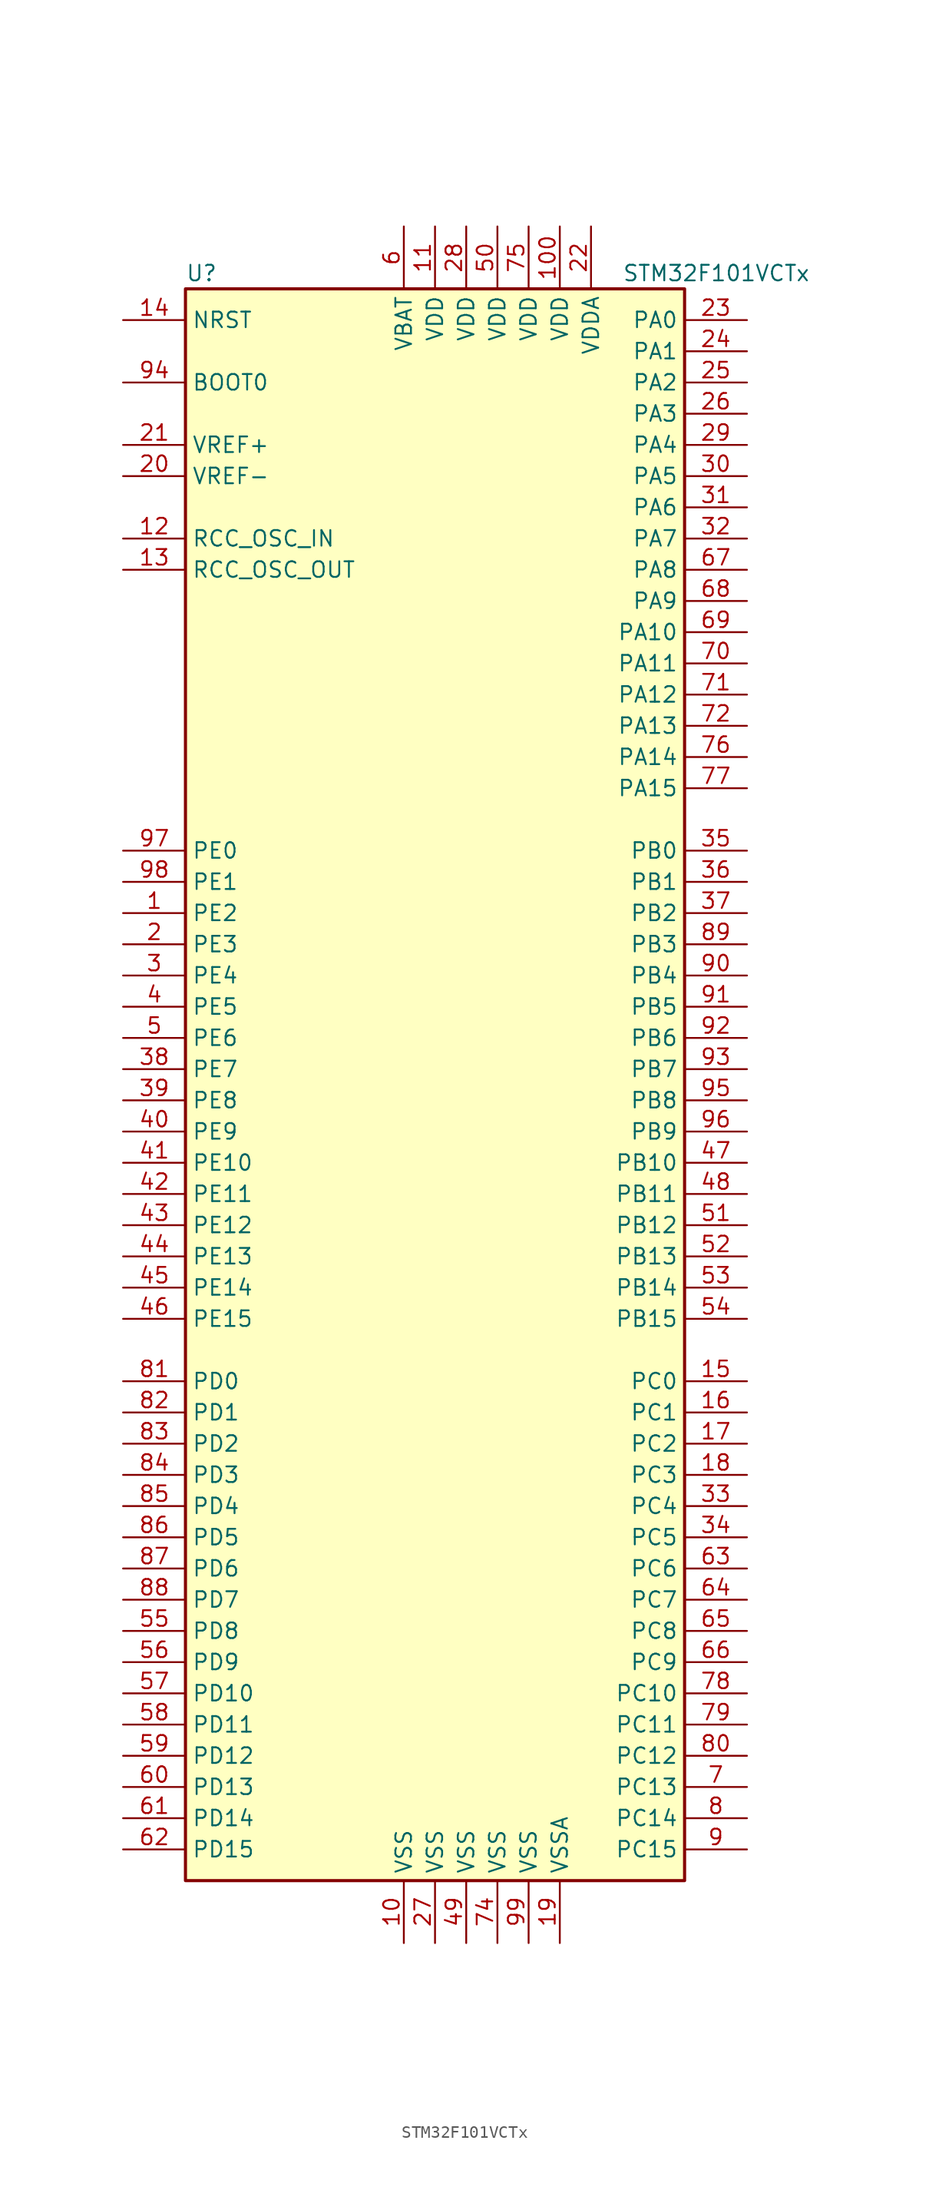
<source format=kicad_sym>
(kicad_symbol_lib
  (version 20200908)
  (generator kicad_symbol_editor)
  (symbol "MCU_ST_STM32F1:STM32F101VCTx"
    (property "Reference" "U"
      (at -20.32 64.77 0)
      (effects (font (size 1.27 1.27)) (justify left)))
    (property "Value" "STM32F101VCTx"
      (at 15.24 64.77 0)
      (effects (font (size 1.27 1.27)) (justify left)))
    (symbol "STM32F101VCTx_0_1"
      (rectangle (start -20.32 -66.04) (end 20.32 63.5) (stroke (width 0.254)) (fill (type background))))
    (symbol "STM32F101VCTx_1_1"
      (pin input line (at -25.4 55.88 0) (length 5.08) (name "BOOT0" (effects (font (size 1.27 1.27)))) (number "94" (effects (font (size 1.27 1.27)))))
      (pin unconnected line (at -20.32 -63.5 0) (length 5.08) hide (name "NC" (effects (font (size 1.27 1.27)))) (number "73" (effects (font (size 1.27 1.27)))))
      (pin input line (at -25.4 60.96 0) (length 5.08) (name "NRST" (effects (font (size 1.27 1.27)))) (number "14" (effects (font (size 1.27 1.27)))))
      (pin bidirectional line (at 25.4 60.96 180) (length 5.08) (name "PA0" (effects (font (size 1.27 1.27)))) (number "23" (effects (font (size 1.27 1.27)))))
      (pin bidirectional line (at 25.4 58.42 180) (length 5.08) (name "PA1" (effects (font (size 1.27 1.27)))) (number "24" (effects (font (size 1.27 1.27)))))
      (pin bidirectional line (at 25.4 35.56 180) (length 5.08) (name "PA10" (effects (font (size 1.27 1.27)))) (number "69" (effects (font (size 1.27 1.27)))))
      (pin bidirectional line (at 25.4 33.02 180) (length 5.08) (name "PA11" (effects (font (size 1.27 1.27)))) (number "70" (effects (font (size 1.27 1.27)))))
      (pin bidirectional line (at 25.4 30.48 180) (length 5.08) (name "PA12" (effects (font (size 1.27 1.27)))) (number "71" (effects (font (size 1.27 1.27)))))
      (pin bidirectional line (at 25.4 27.94 180) (length 5.08) (name "PA13" (effects (font (size 1.27 1.27)))) (number "72" (effects (font (size 1.27 1.27)))))
      (pin bidirectional line (at 25.4 25.4 180) (length 5.08) (name "PA14" (effects (font (size 1.27 1.27)))) (number "76" (effects (font (size 1.27 1.27)))))
      (pin bidirectional line (at 25.4 22.86 180) (length 5.08) (name "PA15" (effects (font (size 1.27 1.27)))) (number "77" (effects (font (size 1.27 1.27)))))
      (pin bidirectional line (at 25.4 55.88 180) (length 5.08) (name "PA2" (effects (font (size 1.27 1.27)))) (number "25" (effects (font (size 1.27 1.27)))))
      (pin bidirectional line (at 25.4 53.34 180) (length 5.08) (name "PA3" (effects (font (size 1.27 1.27)))) (number "26" (effects (font (size 1.27 1.27)))))
      (pin bidirectional line (at 25.4 50.8 180) (length 5.08) (name "PA4" (effects (font (size 1.27 1.27)))) (number "29" (effects (font (size 1.27 1.27)))))
      (pin bidirectional line (at 25.4 48.26 180) (length 5.08) (name "PA5" (effects (font (size 1.27 1.27)))) (number "30" (effects (font (size 1.27 1.27)))))
      (pin bidirectional line (at 25.4 45.72 180) (length 5.08) (name "PA6" (effects (font (size 1.27 1.27)))) (number "31" (effects (font (size 1.27 1.27)))))
      (pin bidirectional line (at 25.4 43.18 180) (length 5.08) (name "PA7" (effects (font (size 1.27 1.27)))) (number "32" (effects (font (size 1.27 1.27)))))
      (pin bidirectional line (at 25.4 40.64 180) (length 5.08) (name "PA8" (effects (font (size 1.27 1.27)))) (number "67" (effects (font (size 1.27 1.27)))))
      (pin bidirectional line (at 25.4 38.1 180) (length 5.08) (name "PA9" (effects (font (size 1.27 1.27)))) (number "68" (effects (font (size 1.27 1.27)))))
      (pin bidirectional line (at 25.4 17.78 180) (length 5.08) (name "PB0" (effects (font (size 1.27 1.27)))) (number "35" (effects (font (size 1.27 1.27)))))
      (pin bidirectional line (at 25.4 15.24 180) (length 5.08) (name "PB1" (effects (font (size 1.27 1.27)))) (number "36" (effects (font (size 1.27 1.27)))))
      (pin bidirectional line (at 25.4 -7.62 180) (length 5.08) (name "PB10" (effects (font (size 1.27 1.27)))) (number "47" (effects (font (size 1.27 1.27)))))
      (pin bidirectional line (at 25.4 -10.16 180) (length 5.08) (name "PB11" (effects (font (size 1.27 1.27)))) (number "48" (effects (font (size 1.27 1.27)))))
      (pin bidirectional line (at 25.4 -12.7 180) (length 5.08) (name "PB12" (effects (font (size 1.27 1.27)))) (number "51" (effects (font (size 1.27 1.27)))))
      (pin bidirectional line (at 25.4 -15.24 180) (length 5.08) (name "PB13" (effects (font (size 1.27 1.27)))) (number "52" (effects (font (size 1.27 1.27)))))
      (pin bidirectional line (at 25.4 -17.78 180) (length 5.08) (name "PB14" (effects (font (size 1.27 1.27)))) (number "53" (effects (font (size 1.27 1.27)))))
      (pin bidirectional line (at 25.4 -20.32 180) (length 5.08) (name "PB15" (effects (font (size 1.27 1.27)))) (number "54" (effects (font (size 1.27 1.27)))))
      (pin bidirectional line (at 25.4 12.7 180) (length 5.08) (name "PB2" (effects (font (size 1.27 1.27)))) (number "37" (effects (font (size 1.27 1.27)))))
      (pin bidirectional line (at 25.4 10.16 180) (length 5.08) (name "PB3" (effects (font (size 1.27 1.27)))) (number "89" (effects (font (size 1.27 1.27)))))
      (pin bidirectional line (at 25.4 7.62 180) (length 5.08) (name "PB4" (effects (font (size 1.27 1.27)))) (number "90" (effects (font (size 1.27 1.27)))))
      (pin bidirectional line (at 25.4 5.08 180) (length 5.08) (name "PB5" (effects (font (size 1.27 1.27)))) (number "91" (effects (font (size 1.27 1.27)))))
      (pin bidirectional line (at 25.4 2.54 180) (length 5.08) (name "PB6" (effects (font (size 1.27 1.27)))) (number "92" (effects (font (size 1.27 1.27)))))
      (pin bidirectional line (at 25.4 0 180) (length 5.08) (name "PB7" (effects (font (size 1.27 1.27)))) (number "93" (effects (font (size 1.27 1.27)))))
      (pin bidirectional line (at 25.4 -2.54 180) (length 5.08) (name "PB8" (effects (font (size 1.27 1.27)))) (number "95" (effects (font (size 1.27 1.27)))))
      (pin bidirectional line (at 25.4 -5.08 180) (length 5.08) (name "PB9" (effects (font (size 1.27 1.27)))) (number "96" (effects (font (size 1.27 1.27)))))
      (pin bidirectional line (at 25.4 -25.4 180) (length 5.08) (name "PC0" (effects (font (size 1.27 1.27)))) (number "15" (effects (font (size 1.27 1.27)))))
      (pin bidirectional line (at 25.4 -27.94 180) (length 5.08) (name "PC1" (effects (font (size 1.27 1.27)))) (number "16" (effects (font (size 1.27 1.27)))))
      (pin bidirectional line (at 25.4 -50.8 180) (length 5.08) (name "PC10" (effects (font (size 1.27 1.27)))) (number "78" (effects (font (size 1.27 1.27)))))
      (pin bidirectional line (at 25.4 -53.34 180) (length 5.08) (name "PC11" (effects (font (size 1.27 1.27)))) (number "79" (effects (font (size 1.27 1.27)))))
      (pin bidirectional line (at 25.4 -55.88 180) (length 5.08) (name "PC12" (effects (font (size 1.27 1.27)))) (number "80" (effects (font (size 1.27 1.27)))))
      (pin bidirectional line (at 25.4 -58.42 180) (length 5.08) (name "PC13" (effects (font (size 1.27 1.27)))) (number "7" (effects (font (size 1.27 1.27)))))
      (pin bidirectional line (at 25.4 -60.96 180) (length 5.08) (name "PC14" (effects (font (size 1.27 1.27)))) (number "8" (effects (font (size 1.27 1.27)))))
      (pin bidirectional line (at 25.4 -63.5 180) (length 5.08) (name "PC15" (effects (font (size 1.27 1.27)))) (number "9" (effects (font (size 1.27 1.27)))))
      (pin bidirectional line (at 25.4 -30.48 180) (length 5.08) (name "PC2" (effects (font (size 1.27 1.27)))) (number "17" (effects (font (size 1.27 1.27)))))
      (pin bidirectional line (at 25.4 -33.02 180) (length 5.08) (name "PC3" (effects (font (size 1.27 1.27)))) (number "18" (effects (font (size 1.27 1.27)))))
      (pin bidirectional line (at 25.4 -35.56 180) (length 5.08) (name "PC4" (effects (font (size 1.27 1.27)))) (number "33" (effects (font (size 1.27 1.27)))))
      (pin bidirectional line (at 25.4 -38.1 180) (length 5.08) (name "PC5" (effects (font (size 1.27 1.27)))) (number "34" (effects (font (size 1.27 1.27)))))
      (pin bidirectional line (at 25.4 -40.64 180) (length 5.08) (name "PC6" (effects (font (size 1.27 1.27)))) (number "63" (effects (font (size 1.27 1.27)))))
      (pin bidirectional line (at 25.4 -43.18 180) (length 5.08) (name "PC7" (effects (font (size 1.27 1.27)))) (number "64" (effects (font (size 1.27 1.27)))))
      (pin bidirectional line (at 25.4 -45.72 180) (length 5.08) (name "PC8" (effects (font (size 1.27 1.27)))) (number "65" (effects (font (size 1.27 1.27)))))
      (pin bidirectional line (at 25.4 -48.26 180) (length 5.08) (name "PC9" (effects (font (size 1.27 1.27)))) (number "66" (effects (font (size 1.27 1.27)))))
      (pin bidirectional line (at -25.4 -25.4 0) (length 5.08) (name "PD0" (effects (font (size 1.27 1.27)))) (number "81" (effects (font (size 1.27 1.27)))))
      (pin bidirectional line (at -25.4 -27.94 0) (length 5.08) (name "PD1" (effects (font (size 1.27 1.27)))) (number "82" (effects (font (size 1.27 1.27)))))
      (pin bidirectional line (at -25.4 -50.8 0) (length 5.08) (name "PD10" (effects (font (size 1.27 1.27)))) (number "57" (effects (font (size 1.27 1.27)))))
      (pin bidirectional line (at -25.4 -53.34 0) (length 5.08) (name "PD11" (effects (font (size 1.27 1.27)))) (number "58" (effects (font (size 1.27 1.27)))))
      (pin bidirectional line (at -25.4 -55.88 0) (length 5.08) (name "PD12" (effects (font (size 1.27 1.27)))) (number "59" (effects (font (size 1.27 1.27)))))
      (pin bidirectional line (at -25.4 -58.42 0) (length 5.08) (name "PD13" (effects (font (size 1.27 1.27)))) (number "60" (effects (font (size 1.27 1.27)))))
      (pin bidirectional line (at -25.4 -60.96 0) (length 5.08) (name "PD14" (effects (font (size 1.27 1.27)))) (number "61" (effects (font (size 1.27 1.27)))))
      (pin bidirectional line (at -25.4 -63.5 0) (length 5.08) (name "PD15" (effects (font (size 1.27 1.27)))) (number "62" (effects (font (size 1.27 1.27)))))
      (pin bidirectional line (at -25.4 -30.48 0) (length 5.08) (name "PD2" (effects (font (size 1.27 1.27)))) (number "83" (effects (font (size 1.27 1.27)))))
      (pin bidirectional line (at -25.4 -33.02 0) (length 5.08) (name "PD3" (effects (font (size 1.27 1.27)))) (number "84" (effects (font (size 1.27 1.27)))))
      (pin bidirectional line (at -25.4 -35.56 0) (length 5.08) (name "PD4" (effects (font (size 1.27 1.27)))) (number "85" (effects (font (size 1.27 1.27)))))
      (pin bidirectional line (at -25.4 -38.1 0) (length 5.08) (name "PD5" (effects (font (size 1.27 1.27)))) (number "86" (effects (font (size 1.27 1.27)))))
      (pin bidirectional line (at -25.4 -40.64 0) (length 5.08) (name "PD6" (effects (font (size 1.27 1.27)))) (number "87" (effects (font (size 1.27 1.27)))))
      (pin bidirectional line (at -25.4 -43.18 0) (length 5.08) (name "PD7" (effects (font (size 1.27 1.27)))) (number "88" (effects (font (size 1.27 1.27)))))
      (pin bidirectional line (at -25.4 -45.72 0) (length 5.08) (name "PD8" (effects (font (size 1.27 1.27)))) (number "55" (effects (font (size 1.27 1.27)))))
      (pin bidirectional line (at -25.4 -48.26 0) (length 5.08) (name "PD9" (effects (font (size 1.27 1.27)))) (number "56" (effects (font (size 1.27 1.27)))))
      (pin bidirectional line (at -25.4 17.78 0) (length 5.08) (name "PE0" (effects (font (size 1.27 1.27)))) (number "97" (effects (font (size 1.27 1.27)))))
      (pin bidirectional line (at -25.4 15.24 0) (length 5.08) (name "PE1" (effects (font (size 1.27 1.27)))) (number "98" (effects (font (size 1.27 1.27)))))
      (pin bidirectional line (at -25.4 -7.62 0) (length 5.08) (name "PE10" (effects (font (size 1.27 1.27)))) (number "41" (effects (font (size 1.27 1.27)))))
      (pin bidirectional line (at -25.4 -10.16 0) (length 5.08) (name "PE11" (effects (font (size 1.27 1.27)))) (number "42" (effects (font (size 1.27 1.27)))))
      (pin bidirectional line (at -25.4 -12.7 0) (length 5.08) (name "PE12" (effects (font (size 1.27 1.27)))) (number "43" (effects (font (size 1.27 1.27)))))
      (pin bidirectional line (at -25.4 -15.24 0) (length 5.08) (name "PE13" (effects (font (size 1.27 1.27)))) (number "44" (effects (font (size 1.27 1.27)))))
      (pin bidirectional line (at -25.4 -17.78 0) (length 5.08) (name "PE14" (effects (font (size 1.27 1.27)))) (number "45" (effects (font (size 1.27 1.27)))))
      (pin bidirectional line (at -25.4 -20.32 0) (length 5.08) (name "PE15" (effects (font (size 1.27 1.27)))) (number "46" (effects (font (size 1.27 1.27)))))
      (pin bidirectional line (at -25.4 12.7 0) (length 5.08) (name "PE2" (effects (font (size 1.27 1.27)))) (number "1" (effects (font (size 1.27 1.27)))))
      (pin bidirectional line (at -25.4 10.16 0) (length 5.08) (name "PE3" (effects (font (size 1.27 1.27)))) (number "2" (effects (font (size 1.27 1.27)))))
      (pin bidirectional line (at -25.4 7.62 0) (length 5.08) (name "PE4" (effects (font (size 1.27 1.27)))) (number "3" (effects (font (size 1.27 1.27)))))
      (pin bidirectional line (at -25.4 5.08 0) (length 5.08) (name "PE5" (effects (font (size 1.27 1.27)))) (number "4" (effects (font (size 1.27 1.27)))))
      (pin bidirectional line (at -25.4 2.54 0) (length 5.08) (name "PE6" (effects (font (size 1.27 1.27)))) (number "5" (effects (font (size 1.27 1.27)))))
      (pin bidirectional line (at -25.4 0 0) (length 5.08) (name "PE7" (effects (font (size 1.27 1.27)))) (number "38" (effects (font (size 1.27 1.27)))))
      (pin bidirectional line (at -25.4 -2.54 0) (length 5.08) (name "PE8" (effects (font (size 1.27 1.27)))) (number "39" (effects (font (size 1.27 1.27)))))
      (pin bidirectional line (at -25.4 -5.08 0) (length 5.08) (name "PE9" (effects (font (size 1.27 1.27)))) (number "40" (effects (font (size 1.27 1.27)))))
      (pin input line (at -25.4 43.18 0) (length 5.08) (name "RCC_OSC_IN" (effects (font (size 1.27 1.27)))) (number "12" (effects (font (size 1.27 1.27)))))
      (pin input line (at -25.4 40.64 0) (length 5.08) (name "RCC_OSC_OUT" (effects (font (size 1.27 1.27)))) (number "13" (effects (font (size 1.27 1.27)))))
      (pin power_in line (at -2.54 68.58 270) (length 5.08) (name "VBAT" (effects (font (size 1.27 1.27)))) (number "6" (effects (font (size 1.27 1.27)))))
      (pin power_in line (at 10.16 68.58 270) (length 5.08) (name "VDD" (effects (font (size 1.27 1.27)))) (number "100" (effects (font (size 1.27 1.27)))))
      (pin power_in line (at 0 68.58 270) (length 5.08) (name "VDD" (effects (font (size 1.27 1.27)))) (number "11" (effects (font (size 1.27 1.27)))))
      (pin power_in line (at 2.54 68.58 270) (length 5.08) (name "VDD" (effects (font (size 1.27 1.27)))) (number "28" (effects (font (size 1.27 1.27)))))
      (pin power_in line (at 5.08 68.58 270) (length 5.08) (name "VDD" (effects (font (size 1.27 1.27)))) (number "50" (effects (font (size 1.27 1.27)))))
      (pin power_in line (at 7.62 68.58 270) (length 5.08) (name "VDD" (effects (font (size 1.27 1.27)))) (number "75" (effects (font (size 1.27 1.27)))))
      (pin power_in line (at 12.7 68.58 270) (length 5.08) (name "VDDA" (effects (font (size 1.27 1.27)))) (number "22" (effects (font (size 1.27 1.27)))))
      (pin power_in line (at -25.4 50.8 0) (length 5.08) (name "VREF+" (effects (font (size 1.27 1.27)))) (number "21" (effects (font (size 1.27 1.27)))))
      (pin power_in line (at -25.4 48.26 0) (length 5.08) (name "VREF-" (effects (font (size 1.27 1.27)))) (number "20" (effects (font (size 1.27 1.27)))))
      (pin power_in line (at -2.54 -71.12 90) (length 5.08) (name "VSS" (effects (font (size 1.27 1.27)))) (number "10" (effects (font (size 1.27 1.27)))))
      (pin power_in line (at 0 -71.12 90) (length 5.08) (name "VSS" (effects (font (size 1.27 1.27)))) (number "27" (effects (font (size 1.27 1.27)))))
      (pin power_in line (at 2.54 -71.12 90) (length 5.08) (name "VSS" (effects (font (size 1.27 1.27)))) (number "49" (effects (font (size 1.27 1.27)))))
      (pin power_in line (at 5.08 -71.12 90) (length 5.08) (name "VSS" (effects (font (size 1.27 1.27)))) (number "74" (effects (font (size 1.27 1.27)))))
      (pin power_in line (at 7.62 -71.12 90) (length 5.08) (name "VSS" (effects (font (size 1.27 1.27)))) (number "99" (effects (font (size 1.27 1.27)))))
      (pin power_in line (at 10.16 -71.12 90) (length 5.08) (name "VSSA" (effects (font (size 1.27 1.27)))) (number "19" (effects (font (size 1.27 1.27))))))))
</source>
